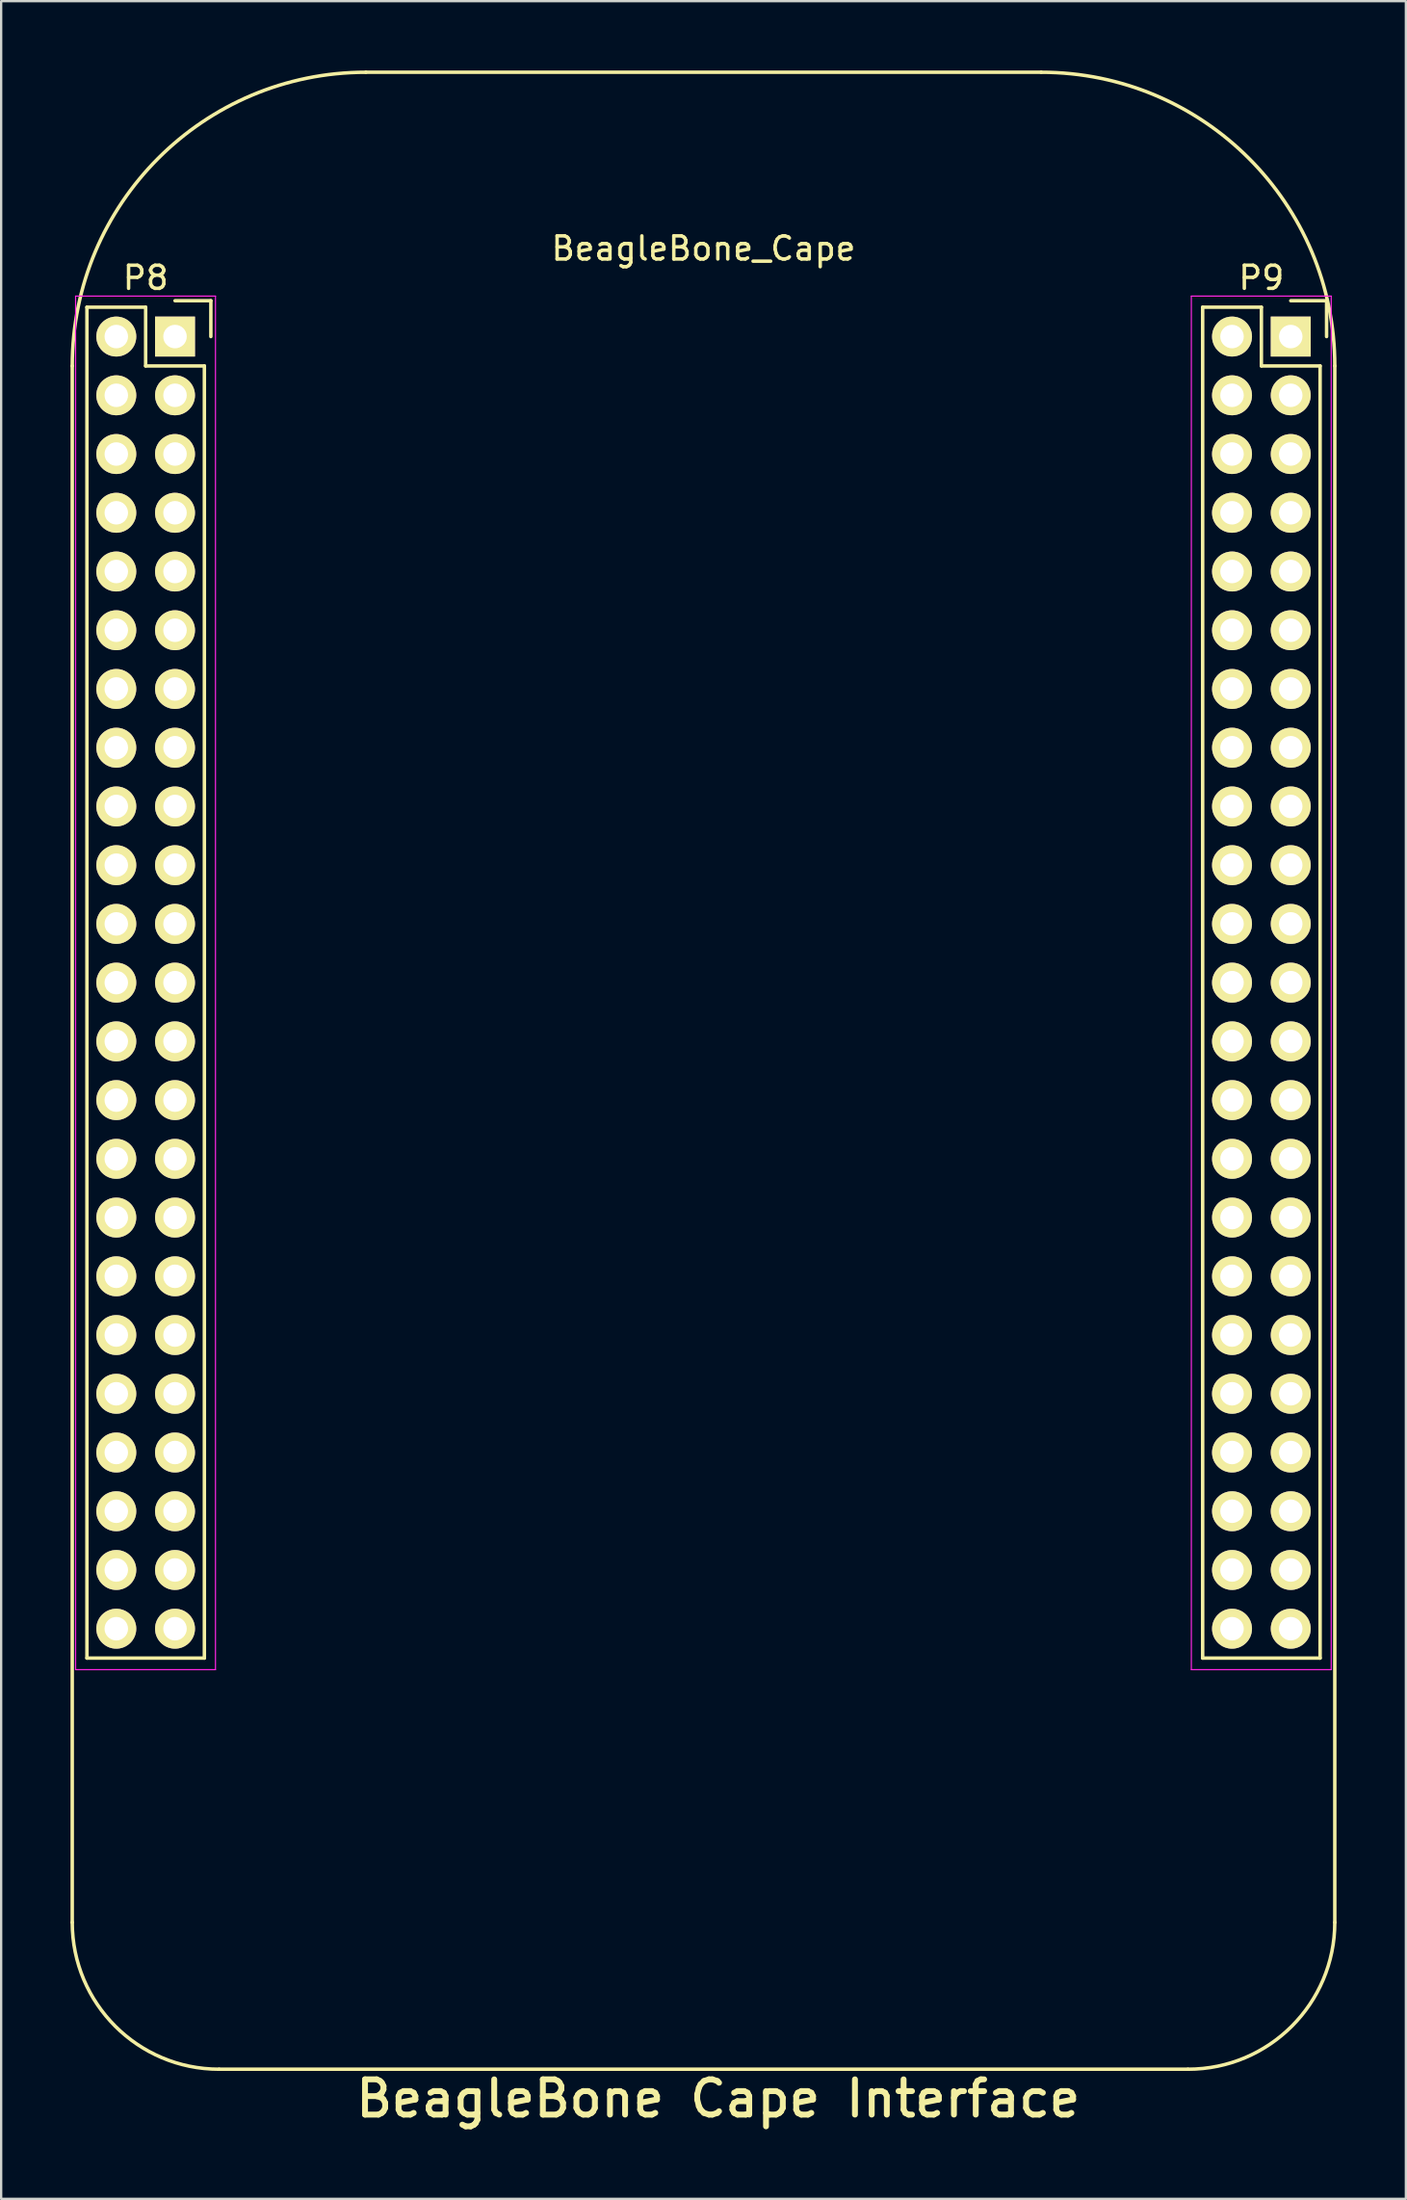
<source format=kicad_pcb>
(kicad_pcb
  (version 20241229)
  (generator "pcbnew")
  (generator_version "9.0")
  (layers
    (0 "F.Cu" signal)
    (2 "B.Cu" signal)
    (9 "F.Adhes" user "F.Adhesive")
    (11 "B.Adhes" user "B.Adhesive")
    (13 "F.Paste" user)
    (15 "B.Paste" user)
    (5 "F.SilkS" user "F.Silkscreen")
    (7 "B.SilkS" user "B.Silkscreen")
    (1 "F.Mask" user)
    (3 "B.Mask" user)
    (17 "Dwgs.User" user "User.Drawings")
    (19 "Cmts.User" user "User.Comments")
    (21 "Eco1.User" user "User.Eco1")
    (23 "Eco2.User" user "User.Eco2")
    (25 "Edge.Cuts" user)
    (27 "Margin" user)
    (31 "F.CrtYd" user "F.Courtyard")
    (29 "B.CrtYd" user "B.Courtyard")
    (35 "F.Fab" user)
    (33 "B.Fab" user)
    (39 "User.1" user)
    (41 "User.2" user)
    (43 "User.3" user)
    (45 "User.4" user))
  (footprint "BeagleBone_Cape"
    (layer "F.Cu")
    (at 3.25 11.505)
    (property "Reference" "BeagleBone_Cape" (at 24.13 -3.81 0) (layer "F.SilkS") (effects (font (size 1 1) (thickness 0.15))))
    (attr through_hole)
    (fp_line (start -3.175 68.58) (end -3.175 1.27) (stroke (width 0.15) (type solid)) (layer "F.SilkS"))
    (fp_line (start -2.54 -1.27) (end 0 -1.27) (stroke (width 0.15) (type solid)) (layer "F.SilkS"))
    (fp_line (start -2.54 57.15) (end -2.54 -1.27) (stroke (width 0.15) (type solid)) (layer "F.SilkS"))
    (fp_line (start -2.54 57.15) (end 2.54 57.15) (stroke (width 0.15) (type solid)) (layer "F.SilkS"))
    (fp_line (start 0 -1.27) (end 0 1.27) (stroke (width 0.15) (type solid)) (layer "F.SilkS"))
    (fp_line (start 0 1.27) (end 2.54 1.27) (stroke (width 0.15) (type solid)) (layer "F.SilkS"))
    (fp_line (start 1.27 -1.55) (end 2.82 -1.55) (stroke (width 0.15) (type solid)) (layer "F.SilkS"))
    (fp_line (start 2.54 57.15) (end 2.54 1.27) (stroke (width 0.15) (type solid)) (layer "F.SilkS"))
    (fp_line (start 2.82 -1.55) (end 2.82 0) (stroke (width 0.15) (type solid)) (layer "F.SilkS"))
    (fp_line (start 9.525 -11.43) (end 38.735 -11.43) (stroke (width 0.15) (type solid)) (layer "F.SilkS"))
    (fp_line (start 45.085 74.93) (end 3.175 74.93) (stroke (width 0.15) (type solid)) (layer "F.SilkS"))
    (fp_line (start 45.72 -1.27) (end 48.26 -1.27) (stroke (width 0.15) (type solid)) (layer "F.SilkS"))
    (fp_line (start 45.72 57.15) (end 45.72 -1.27) (stroke (width 0.15) (type solid)) (layer "F.SilkS"))
    (fp_line (start 45.72 57.15) (end 50.8 57.15) (stroke (width 0.15) (type solid)) (layer "F.SilkS"))
    (fp_line (start 48.26 -1.27) (end 48.26 1.27) (stroke (width 0.15) (type solid)) (layer "F.SilkS"))
    (fp_line (start 48.26 1.27) (end 50.8 1.27) (stroke (width 0.15) (type solid)) (layer "F.SilkS"))
    (fp_line (start 49.53 -1.55) (end 51.08 -1.55) (stroke (width 0.15) (type solid)) (layer "F.SilkS"))
    (fp_line (start 50.8 57.15) (end 50.8 1.27) (stroke (width 0.15) (type solid)) (layer "F.SilkS"))
    (fp_line (start 51.08 -1.55) (end 51.08 0) (stroke (width 0.15) (type solid)) (layer "F.SilkS"))
    (fp_line (start 51.435 1.27) (end 51.435 68.58) (stroke (width 0.15) (type solid)) (layer "F.SilkS"))
    (fp_arc (start -3.175 1.27) (mid 0.544744 -7.710256) (end 9.525 -11.43) (stroke (width 0.15) (type solid)) (layer "F.SilkS"))
    (fp_arc (start 3.175 74.93) (mid -1.315128 73.070128) (end -3.175 68.58) (stroke (width 0.15) (type solid)) (layer "F.SilkS"))
    (fp_arc (start 38.735 -11.43) (mid 47.715256 -7.710256) (end 51.435 1.27) (stroke (width 0.15) (type solid)) (layer "F.SilkS"))
    (fp_arc (start 51.435 68.58) (mid 49.575128 73.070128) (end 45.085 74.93) (stroke (width 0.15) (type solid)) (layer "F.SilkS"))
    (fp_line (start -3.03 -1.75) (end -3.03 57.65) (stroke (width 0.05) (type solid)) (layer "F.CrtYd"))
    (fp_line (start 3.02 -1.75) (end -3.03 -1.75) (stroke (width 0.05) (type solid)) (layer "F.CrtYd"))
    (fp_line (start 3.02 -1.75) (end 3.02 57.65) (stroke (width 0.05) (type solid)) (layer "F.CrtYd"))
    (fp_line (start 3.02 57.65) (end -3.03 57.65) (stroke (width 0.05) (type solid)) (layer "F.CrtYd"))
    (fp_line (start 45.23 -1.75) (end 45.23 57.65) (stroke (width 0.05) (type solid)) (layer "F.CrtYd"))
    (fp_line (start 51.28 -1.75) (end 45.23 -1.75) (stroke (width 0.05) (type solid)) (layer "F.CrtYd"))
    (fp_line (start 51.28 -1.75) (end 51.28 57.65) (stroke (width 0.05) (type solid)) (layer "F.CrtYd"))
    (fp_line (start 51.28 57.65) (end 45.23 57.65) (stroke (width 0.05) (type solid)) (layer "F.CrtYd"))
    (fp_text user "P9" (at 48.26 -2.54 0) (layer "F.SilkS") (effects (font (size 1 1) (thickness 0.15))))
    (fp_text user "P8" (at 0 -2.54 0) (layer "F.SilkS") (effects (font (size 1 1) (thickness 0.15))))
    (fp_text user "BeagleBone Cape Interface" (at 24.765 76.2 0) (layer "F.SilkS") (effects (font (size 1.524 1.524) (thickness 0.254))))
    (pad "1" thru_hole rect (at 1.27 0 180) (size 1.727 1.727) (drill 1.016) (layers "*.Cu" "*.Mask" "F.SilkS"))
    (pad "1" thru_hole rect (at 49.53 0 180) (size 1.727 1.727) (drill 1.016) (layers "*.Cu" "*.Mask" "F.SilkS"))
    (pad "2" thru_hole oval (at -1.27 0 180) (size 1.727 1.727) (drill 1.016) (layers "*.Cu" "*.Mask" "F.SilkS"))
    (pad "2" thru_hole oval (at 46.99 0 180) (size 1.727 1.727) (drill 1.016) (layers "*.Cu" "*.Mask" "F.SilkS"))
    (pad "3" thru_hole oval (at 1.27 2.54 180) (size 1.727 1.727) (drill 1.016) (layers "*.Cu" "*.Mask" "F.SilkS"))
    (pad "3" thru_hole oval (at 49.53 2.54 180) (size 1.727 1.727) (drill 1.016) (layers "*.Cu" "*.Mask" "F.SilkS"))
    (pad "4" thru_hole oval (at -1.27 2.54 180) (size 1.727 1.727) (drill 1.016) (layers "*.Cu" "*.Mask" "F.SilkS"))
    (pad "4" thru_hole oval (at 46.99 2.54 180) (size 1.727 1.727) (drill 1.016) (layers "*.Cu" "*.Mask" "F.SilkS"))
    (pad "5" thru_hole oval (at 1.27 5.08 180) (size 1.727 1.727) (drill 1.016) (layers "*.Cu" "*.Mask" "F.SilkS"))
    (pad "5" thru_hole oval (at 49.53 5.08 180) (size 1.727 1.727) (drill 1.016) (layers "*.Cu" "*.Mask" "F.SilkS"))
    (pad "6" thru_hole oval (at -1.27 5.08 180) (size 1.727 1.727) (drill 1.016) (layers "*.Cu" "*.Mask" "F.SilkS"))
    (pad "6" thru_hole oval (at 46.99 5.08 180) (size 1.727 1.727) (drill 1.016) (layers "*.Cu" "*.Mask" "F.SilkS"))
    (pad "7" thru_hole oval (at 1.27 7.62 180) (size 1.727 1.727) (drill 1.016) (layers "*.Cu" "*.Mask" "F.SilkS"))
    (pad "7" thru_hole oval (at 49.53 7.62 180) (size 1.727 1.727) (drill 1.016) (layers "*.Cu" "*.Mask" "F.SilkS"))
    (pad "8" thru_hole oval (at -1.27 7.62 180) (size 1.727 1.727) (drill 1.016) (layers "*.Cu" "*.Mask" "F.SilkS"))
    (pad "8" thru_hole oval (at 46.99 7.62 180) (size 1.727 1.727) (drill 1.016) (layers "*.Cu" "*.Mask" "F.SilkS"))
    (pad "9" thru_hole oval (at 1.27 10.16 180) (size 1.727 1.727) (drill 1.016) (layers "*.Cu" "*.Mask" "F.SilkS"))
    (pad "9" thru_hole oval (at 49.53 10.16 180) (size 1.727 1.727) (drill 1.016) (layers "*.Cu" "*.Mask" "F.SilkS"))
    (pad "10" thru_hole oval (at -1.27 10.16 180) (size 1.727 1.727) (drill 1.016) (layers "*.Cu" "*.Mask" "F.SilkS"))
    (pad "10" thru_hole oval (at 46.99 10.16 180) (size 1.727 1.727) (drill 1.016) (layers "*.Cu" "*.Mask" "F.SilkS"))
    (pad "11" thru_hole oval (at 1.27 12.7 180) (size 1.727 1.727) (drill 1.016) (layers "*.Cu" "*.Mask" "F.SilkS"))
    (pad "11" thru_hole oval (at 49.53 12.7 180) (size 1.727 1.727) (drill 1.016) (layers "*.Cu" "*.Mask" "F.SilkS"))
    (pad "12" thru_hole oval (at -1.27 12.7 180) (size 1.727 1.727) (drill 1.016) (layers "*.Cu" "*.Mask" "F.SilkS"))
    (pad "12" thru_hole oval (at 46.99 12.7 180) (size 1.727 1.727) (drill 1.016) (layers "*.Cu" "*.Mask" "F.SilkS"))
    (pad "13" thru_hole oval (at 1.27 15.24 180) (size 1.727 1.727) (drill 1.016) (layers "*.Cu" "*.Mask" "F.SilkS"))
    (pad "13" thru_hole oval (at 49.53 15.24 180) (size 1.727 1.727) (drill 1.016) (layers "*.Cu" "*.Mask" "F.SilkS"))
    (pad "14" thru_hole oval (at -1.27 15.24 180) (size 1.727 1.727) (drill 1.016) (layers "*.Cu" "*.Mask" "F.SilkS"))
    (pad "14" thru_hole oval (at 46.99 15.24 180) (size 1.727 1.727) (drill 1.016) (layers "*.Cu" "*.Mask" "F.SilkS"))
    (pad "15" thru_hole oval (at 1.27 17.78 180) (size 1.727 1.727) (drill 1.016) (layers "*.Cu" "*.Mask" "F.SilkS"))
    (pad "15" thru_hole oval (at 49.53 17.78 180) (size 1.727 1.727) (drill 1.016) (layers "*.Cu" "*.Mask" "F.SilkS"))
    (pad "16" thru_hole oval (at -1.27 17.78 180) (size 1.727 1.727) (drill 1.016) (layers "*.Cu" "*.Mask" "F.SilkS"))
    (pad "16" thru_hole oval (at 46.99 17.78 180) (size 1.727 1.727) (drill 1.016) (layers "*.Cu" "*.Mask" "F.SilkS"))
    (pad "17" thru_hole oval (at 1.27 20.32 180) (size 1.727 1.727) (drill 1.016) (layers "*.Cu" "*.Mask" "F.SilkS"))
    (pad "17" thru_hole oval (at 49.53 20.32 180) (size 1.727 1.727) (drill 1.016) (layers "*.Cu" "*.Mask" "F.SilkS"))
    (pad "18" thru_hole oval (at -1.27 20.32 180) (size 1.727 1.727) (drill 1.016) (layers "*.Cu" "*.Mask" "F.SilkS"))
    (pad "18" thru_hole oval (at 46.99 20.32 180) (size 1.727 1.727) (drill 1.016) (layers "*.Cu" "*.Mask" "F.SilkS"))
    (pad "19" thru_hole oval (at 1.27 22.86 180) (size 1.727 1.727) (drill 1.016) (layers "*.Cu" "*.Mask" "F.SilkS"))
    (pad "19" thru_hole oval (at 49.53 22.86 180) (size 1.727 1.727) (drill 1.016) (layers "*.Cu" "*.Mask" "F.SilkS"))
    (pad "20" thru_hole oval (at -1.27 22.86 180) (size 1.727 1.727) (drill 1.016) (layers "*.Cu" "*.Mask" "F.SilkS"))
    (pad "20" thru_hole oval (at 46.99 22.86 180) (size 1.727 1.727) (drill 1.016) (layers "*.Cu" "*.Mask" "F.SilkS"))
    (pad "21" thru_hole oval (at 1.27 25.4 180) (size 1.727 1.727) (drill 1.016) (layers "*.Cu" "*.Mask" "F.SilkS"))
    (pad "21" thru_hole oval (at 49.53 25.4 180) (size 1.727 1.727) (drill 1.016) (layers "*.Cu" "*.Mask" "F.SilkS"))
    (pad "22" thru_hole oval (at -1.27 25.4 180) (size 1.727 1.727) (drill 1.016) (layers "*.Cu" "*.Mask" "F.SilkS"))
    (pad "22" thru_hole oval (at 46.99 25.4 180) (size 1.727 1.727) (drill 1.016) (layers "*.Cu" "*.Mask" "F.SilkS"))
    (pad "23" thru_hole oval (at 1.27 27.94 180) (size 1.727 1.727) (drill 1.016) (layers "*.Cu" "*.Mask" "F.SilkS"))
    (pad "23" thru_hole oval (at 49.53 27.94 180) (size 1.727 1.727) (drill 1.016) (layers "*.Cu" "*.Mask" "F.SilkS"))
    (pad "24" thru_hole oval (at -1.27 27.94 180) (size 1.727 1.727) (drill 1.016) (layers "*.Cu" "*.Mask" "F.SilkS"))
    (pad "24" thru_hole oval (at 46.99 27.94 180) (size 1.727 1.727) (drill 1.016) (layers "*.Cu" "*.Mask" "F.SilkS"))
    (pad "25" thru_hole oval (at 1.27 30.48 180) (size 1.727 1.727) (drill 1.016) (layers "*.Cu" "*.Mask" "F.SilkS"))
    (pad "25" thru_hole oval (at 49.53 30.48 180) (size 1.727 1.727) (drill 1.016) (layers "*.Cu" "*.Mask" "F.SilkS"))
    (pad "26" thru_hole oval (at -1.27 30.48 180) (size 1.727 1.727) (drill 1.016) (layers "*.Cu" "*.Mask" "F.SilkS"))
    (pad "26" thru_hole oval (at 46.99 30.48 180) (size 1.727 1.727) (drill 1.016) (layers "*.Cu" "*.Mask" "F.SilkS"))
    (pad "27" thru_hole oval (at 1.27 33.02 180) (size 1.727 1.727) (drill 1.016) (layers "*.Cu" "*.Mask" "F.SilkS"))
    (pad "27" thru_hole oval (at 49.53 33.02 180) (size 1.727 1.727) (drill 1.016) (layers "*.Cu" "*.Mask" "F.SilkS"))
    (pad "28" thru_hole oval (at -1.27 33.02 180) (size 1.727 1.727) (drill 1.016) (layers "*.Cu" "*.Mask" "F.SilkS"))
    (pad "28" thru_hole oval (at 46.99 33.02 180) (size 1.727 1.727) (drill 1.016) (layers "*.Cu" "*.Mask" "F.SilkS"))
    (pad "29" thru_hole oval (at 1.27 35.56 180) (size 1.727 1.727) (drill 1.016) (layers "*.Cu" "*.Mask" "F.SilkS"))
    (pad "29" thru_hole oval (at 49.53 35.56 180) (size 1.727 1.727) (drill 1.016) (layers "*.Cu" "*.Mask" "F.SilkS"))
    (pad "30" thru_hole oval (at -1.27 35.56 180) (size 1.727 1.727) (drill 1.016) (layers "*.Cu" "*.Mask" "F.SilkS"))
    (pad "30" thru_hole oval (at 46.99 35.56 180) (size 1.727 1.727) (drill 1.016) (layers "*.Cu" "*.Mask" "F.SilkS"))
    (pad "31" thru_hole oval (at 1.27 38.1 180) (size 1.727 1.727) (drill 1.016) (layers "*.Cu" "*.Mask" "F.SilkS"))
    (pad "31" thru_hole oval (at 49.53 38.1 180) (size 1.727 1.727) (drill 1.016) (layers "*.Cu" "*.Mask" "F.SilkS"))
    (pad "32" thru_hole oval (at -1.27 38.1 180) (size 1.727 1.727) (drill 1.016) (layers "*.Cu" "*.Mask" "F.SilkS"))
    (pad "32" thru_hole oval (at 46.99 38.1 180) (size 1.727 1.727) (drill 1.016) (layers "*.Cu" "*.Mask" "F.SilkS"))
    (pad "33" thru_hole oval (at 1.27 40.64 180) (size 1.727 1.727) (drill 1.016) (layers "*.Cu" "*.Mask" "F.SilkS"))
    (pad "33" thru_hole oval (at 49.53 40.64 180) (size 1.727 1.727) (drill 1.016) (layers "*.Cu" "*.Mask" "F.SilkS"))
    (pad "34" thru_hole oval (at -1.27 40.64 180) (size 1.727 1.727) (drill 1.016) (layers "*.Cu" "*.Mask" "F.SilkS"))
    (pad "34" thru_hole oval (at 46.99 40.64 180) (size 1.727 1.727) (drill 1.016) (layers "*.Cu" "*.Mask" "F.SilkS"))
    (pad "35" thru_hole oval (at 1.27 43.18 180) (size 1.727 1.727) (drill 1.016) (layers "*.Cu" "*.Mask" "F.SilkS"))
    (pad "35" thru_hole oval (at 49.53 43.18 180) (size 1.727 1.727) (drill 1.016) (layers "*.Cu" "*.Mask" "F.SilkS"))
    (pad "36" thru_hole oval (at -1.27 43.18 180) (size 1.727 1.727) (drill 1.016) (layers "*.Cu" "*.Mask" "F.SilkS"))
    (pad "36" thru_hole oval (at 46.99 43.18 180) (size 1.727 1.727) (drill 1.016) (layers "*.Cu" "*.Mask" "F.SilkS"))
    (pad "37" thru_hole oval (at 1.27 45.72 180) (size 1.727 1.727) (drill 1.016) (layers "*.Cu" "*.Mask" "F.SilkS"))
    (pad "37" thru_hole oval (at 49.53 45.72 180) (size 1.727 1.727) (drill 1.016) (layers "*.Cu" "*.Mask" "F.SilkS"))
    (pad "38" thru_hole oval (at -1.27 45.72 180) (size 1.727 1.727) (drill 1.016) (layers "*.Cu" "*.Mask" "F.SilkS"))
    (pad "38" thru_hole oval (at 46.99 45.72 180) (size 1.727 1.727) (drill 1.016) (layers "*.Cu" "*.Mask" "F.SilkS"))
    (pad "39" thru_hole oval (at 1.27 48.26 180) (size 1.727 1.727) (drill 1.016) (layers "*.Cu" "*.Mask" "F.SilkS"))
    (pad "39" thru_hole oval (at 49.53 48.26 180) (size 1.727 1.727) (drill 1.016) (layers "*.Cu" "*.Mask" "F.SilkS"))
    (pad "40" thru_hole oval (at -1.27 48.26 180) (size 1.727 1.727) (drill 1.016) (layers "*.Cu" "*.Mask" "F.SilkS"))
    (pad "40" thru_hole oval (at 46.99 48.26 180) (size 1.727 1.727) (drill 1.016) (layers "*.Cu" "*.Mask" "F.SilkS"))
    (pad "41" thru_hole oval (at 1.27 50.8 180) (size 1.727 1.727) (drill 1.016) (layers "*.Cu" "*.Mask" "F.SilkS"))
    (pad "41" thru_hole oval (at 49.53 50.8 180) (size 1.727 1.727) (drill 1.016) (layers "*.Cu" "*.Mask" "F.SilkS"))
    (pad "42" thru_hole oval (at -1.27 50.8 180) (size 1.727 1.727) (drill 1.016) (layers "*.Cu" "*.Mask" "F.SilkS"))
    (pad "42" thru_hole oval (at 46.99 50.8 180) (size 1.727 1.727) (drill 1.016) (layers "*.Cu" "*.Mask" "F.SilkS"))
    (pad "43" thru_hole oval (at 1.27 53.34 180) (size 1.727 1.727) (drill 1.016) (layers "*.Cu" "*.Mask" "F.SilkS"))
    (pad "43" thru_hole oval (at 49.53 53.34 180) (size 1.727 1.727) (drill 1.016) (layers "*.Cu" "*.Mask" "F.SilkS"))
    (pad "44" thru_hole oval (at -1.27 53.34 180) (size 1.727 1.727) (drill 1.016) (layers "*.Cu" "*.Mask" "F.SilkS"))
    (pad "44" thru_hole oval (at 46.99 53.34 180) (size 1.727 1.727) (drill 1.016) (layers "*.Cu" "*.Mask" "F.SilkS"))
    (pad "45" thru_hole oval (at 1.27 55.88 180) (size 1.727 1.727) (drill 1.016) (layers "*.Cu" "*.Mask" "F.SilkS"))
    (pad "45" thru_hole oval (at 49.53 55.88 180) (size 1.727 1.727) (drill 1.016) (layers "*.Cu" "*.Mask" "F.SilkS"))
    (pad "46" thru_hole oval (at -1.27 55.88 180) (size 1.727 1.727) (drill 1.016) (layers "*.Cu" "*.Mask" "F.SilkS"))
    (pad "46" thru_hole oval (at 46.99 55.88 180) (size 1.727 1.727) (drill 1.016) (layers "*.Cu" "*.Mask" "F.SilkS")))
  (gr_rect
    (start -3 -3)
    (end 57.76 92.042)
    (stroke (width 0.1) (type default))
    (fill no)
    (layer "Edge.Cuts")))
</source>
